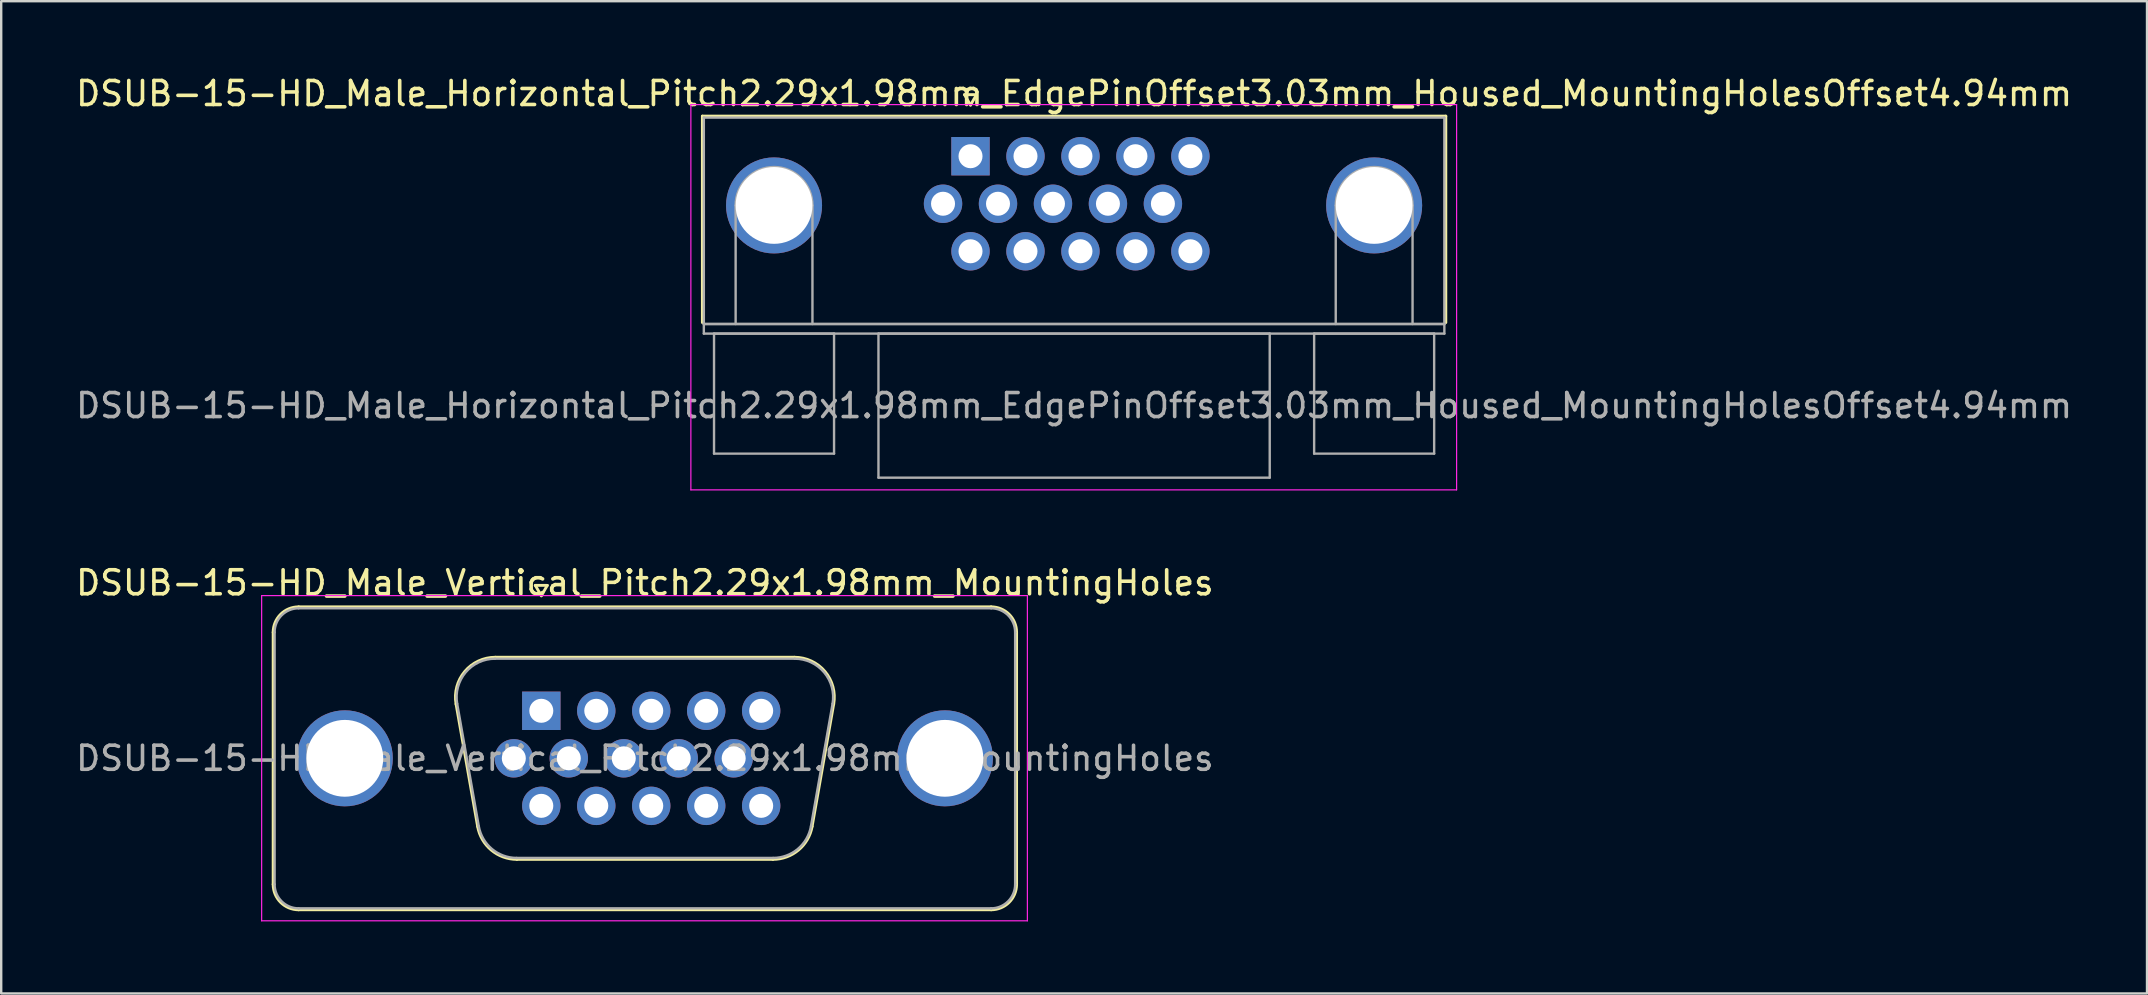
<source format=kicad_pcb>
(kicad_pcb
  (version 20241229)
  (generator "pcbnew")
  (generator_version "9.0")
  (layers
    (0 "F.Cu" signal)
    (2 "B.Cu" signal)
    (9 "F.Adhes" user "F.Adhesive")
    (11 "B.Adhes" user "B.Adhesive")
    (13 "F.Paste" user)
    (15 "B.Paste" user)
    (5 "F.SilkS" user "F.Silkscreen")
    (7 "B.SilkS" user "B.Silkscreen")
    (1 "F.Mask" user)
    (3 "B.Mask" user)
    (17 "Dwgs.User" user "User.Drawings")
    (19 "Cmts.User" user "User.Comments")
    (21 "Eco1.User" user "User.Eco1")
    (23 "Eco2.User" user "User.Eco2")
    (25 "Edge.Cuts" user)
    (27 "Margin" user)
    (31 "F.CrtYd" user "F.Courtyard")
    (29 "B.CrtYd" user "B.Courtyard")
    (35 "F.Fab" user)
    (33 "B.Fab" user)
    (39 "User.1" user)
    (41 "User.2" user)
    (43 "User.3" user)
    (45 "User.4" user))
  (footprint "DSUB-15-HD_Male_Horizontal_Pitch2.29x1.98mm_EdgePinOffset3.03mm_Housed_MountingHolesOffset4.94mm"
    (layer "F.Cu")
    (at 37.381 3.458)
    (property "Reference" "DSUB-15-HD_Male_Horizontal_Pitch2.29x1.98mm_EdgePinOffset3.03mm_Housed_MountingHolesOffset4.94mm" (at 4.315 -2.61 0) (layer "F.SilkS") (effects (font (size 1 1) (thickness 0.15))))
    (attr through_hole)
    (fp_line (start -11.17 -1.67) (end 19.8 -1.67) (stroke (width 0.12) (type solid)) (layer "F.SilkS"))
    (fp_line (start -11.17 6.93) (end -11.17 -1.67) (stroke (width 0.12) (type solid)) (layer "F.SilkS"))
    (fp_line (start -0.25 -2.564) (end 0.25 -2.564) (stroke (width 0.12) (type solid)) (layer "F.SilkS"))
    (fp_line (start 0 -2.131) (end -0.25 -2.564) (stroke (width 0.12) (type solid)) (layer "F.SilkS"))
    (fp_line (start 0.25 -2.564) (end 0 -2.131) (stroke (width 0.12) (type solid)) (layer "F.SilkS"))
    (fp_line (start 19.8 -1.67) (end 19.8 6.93) (stroke (width 0.12) (type solid)) (layer "F.SilkS"))
    (fp_line (start -11.65 -2.15) (end -11.65 13.9) (stroke (width 0.05) (type solid)) (layer "F.CrtYd"))
    (fp_line (start -11.65 13.9) (end 20.25 13.9) (stroke (width 0.05) (type solid)) (layer "F.CrtYd"))
    (fp_line (start 20.25 -2.15) (end -11.65 -2.15) (stroke (width 0.05) (type solid)) (layer "F.CrtYd"))
    (fp_line (start 20.25 13.9) (end 20.25 -2.15) (stroke (width 0.05) (type solid)) (layer "F.CrtYd"))
    (fp_line (start -11.11 -1.61) (end -11.11 6.99) (stroke (width 0.1) (type solid)) (layer "F.Fab"))
    (fp_line (start -11.11 6.99) (end -11.11 7.39) (stroke (width 0.1) (type solid)) (layer "F.Fab"))
    (fp_line (start -11.11 6.99) (end 19.74 6.99) (stroke (width 0.1) (type solid)) (layer "F.Fab"))
    (fp_line (start -11.11 7.39) (end 19.74 7.39) (stroke (width 0.1) (type solid)) (layer "F.Fab"))
    (fp_line (start -10.685 7.39) (end -10.685 12.39) (stroke (width 0.1) (type solid)) (layer "F.Fab"))
    (fp_line (start -10.685 12.39) (end -5.685 12.39) (stroke (width 0.1) (type solid)) (layer "F.Fab"))
    (fp_line (start -9.785 6.99) (end -9.785 2.05) (stroke (width 0.1) (type solid)) (layer "F.Fab"))
    (fp_line (start -6.585 6.99) (end -6.585 2.05) (stroke (width 0.1) (type solid)) (layer "F.Fab"))
    (fp_line (start -5.685 7.39) (end -10.685 7.39) (stroke (width 0.1) (type solid)) (layer "F.Fab"))
    (fp_line (start -5.685 12.39) (end -5.685 7.39) (stroke (width 0.1) (type solid)) (layer "F.Fab"))
    (fp_line (start -3.835 7.39) (end -3.835 13.39) (stroke (width 0.1) (type solid)) (layer "F.Fab"))
    (fp_line (start -3.835 13.39) (end 12.465 13.39) (stroke (width 0.1) (type solid)) (layer "F.Fab"))
    (fp_line (start 12.465 7.39) (end -3.835 7.39) (stroke (width 0.1) (type solid)) (layer "F.Fab"))
    (fp_line (start 12.465 13.39) (end 12.465 7.39) (stroke (width 0.1) (type solid)) (layer "F.Fab"))
    (fp_line (start 14.315 7.39) (end 14.315 12.39) (stroke (width 0.1) (type solid)) (layer "F.Fab"))
    (fp_line (start 14.315 12.39) (end 19.315 12.39) (stroke (width 0.1) (type solid)) (layer "F.Fab"))
    (fp_line (start 15.215 6.99) (end 15.215 2.05) (stroke (width 0.1) (type solid)) (layer "F.Fab"))
    (fp_line (start 18.415 6.99) (end 18.415 2.05) (stroke (width 0.1) (type solid)) (layer "F.Fab"))
    (fp_line (start 19.315 7.39) (end 14.315 7.39) (stroke (width 0.1) (type solid)) (layer "F.Fab"))
    (fp_line (start 19.315 12.39) (end 19.315 7.39) (stroke (width 0.1) (type solid)) (layer "F.Fab"))
    (fp_line (start 19.74 -1.61) (end -11.11 -1.61) (stroke (width 0.1) (type solid)) (layer "F.Fab"))
    (fp_line (start 19.74 6.99) (end -11.11 6.99) (stroke (width 0.1) (type solid)) (layer "F.Fab"))
    (fp_line (start 19.74 6.99) (end 19.74 -1.61) (stroke (width 0.1) (type solid)) (layer "F.Fab"))
    (fp_line (start 19.74 7.39) (end 19.74 6.99) (stroke (width 0.1) (type solid)) (layer "F.Fab"))
    (fp_arc (start -9.785 2.05) (mid -8.185 0.45) (end -6.585 2.05) (stroke (width 0.1) (type solid)) (layer "F.Fab"))
    (fp_arc (start 15.215 2.05) (mid 16.815 0.45) (end 18.415 2.05) (stroke (width 0.1) (type solid)) (layer "F.Fab"))
    (fp_text user "${REFERENCE}" (at 4.315 10.39 0) (layer "F.Fab") (effects (font (size 1 1) (thickness 0.15))))
    (pad "0" thru_hole circle (at -8.185 2.05) (size 4 4) (drill 3.2) (layers "*.Cu" "*.Mask"))
    (pad "0" thru_hole circle (at 16.815 2.05) (size 4 4) (drill 3.2) (layers "*.Cu" "*.Mask"))
    (pad "1" thru_hole rect (at 0 0) (size 1.6 1.6) (drill 1) (layers "*.Cu" "*.Mask"))
    (pad "2" thru_hole circle (at 2.29 0) (size 1.6 1.6) (drill 1) (layers "*.Cu" "*.Mask"))
    (pad "3" thru_hole circle (at 4.58 0) (size 1.6 1.6) (drill 1) (layers "*.Cu" "*.Mask"))
    (pad "4" thru_hole circle (at 6.87 0) (size 1.6 1.6) (drill 1) (layers "*.Cu" "*.Mask"))
    (pad "5" thru_hole circle (at 9.16 0) (size 1.6 1.6) (drill 1) (layers "*.Cu" "*.Mask"))
    (pad "6" thru_hole circle (at -1.145 1.98) (size 1.6 1.6) (drill 1) (layers "*.Cu" "*.Mask"))
    (pad "7" thru_hole circle (at 1.145 1.98) (size 1.6 1.6) (drill 1) (layers "*.Cu" "*.Mask"))
    (pad "8" thru_hole circle (at 3.435 1.98) (size 1.6 1.6) (drill 1) (layers "*.Cu" "*.Mask"))
    (pad "9" thru_hole circle (at 5.725 1.98) (size 1.6 1.6) (drill 1) (layers "*.Cu" "*.Mask"))
    (pad "10" thru_hole circle (at 8.015 1.98) (size 1.6 1.6) (drill 1) (layers "*.Cu" "*.Mask"))
    (pad "11" thru_hole circle (at 0 3.96) (size 1.6 1.6) (drill 1) (layers "*.Cu" "*.Mask"))
    (pad "12" thru_hole circle (at 2.29 3.96) (size 1.6 1.6) (drill 1) (layers "*.Cu" "*.Mask"))
    (pad "13" thru_hole circle (at 4.58 3.96) (size 1.6 1.6) (drill 1) (layers "*.Cu" "*.Mask"))
    (pad "14" thru_hole circle (at 6.87 3.96) (size 1.6 1.6) (drill 1) (layers "*.Cu" "*.Mask"))
    (pad "15" thru_hole circle (at 9.16 3.96) (size 1.6 1.6) (drill 1) (layers "*.Cu" "*.Mask")))
  (footprint "DSUB-15-HD_Male_Vertical_Pitch2.29x1.98mm_MountingHoles"
    (layer "F.Cu")
    (at 19.5 26.561)
    (property "Reference" "DSUB-15-HD_Male_Vertical_Pitch2.29x1.98mm_MountingHoles" (at 4.315 -5.33 0) (layer "F.SilkS") (effects (font (size 1 1) (thickness 0.15))))
    (attr through_hole)
    (fp_line (start -11.17 7.23) (end -11.17 -3.27) (stroke (width 0.12) (type solid)) (layer "F.SilkS"))
    (fp_line (start -10.11 -4.33) (end 18.74 -4.33) (stroke (width 0.12) (type solid)) (layer "F.SilkS"))
    (fp_line (start -3.551 -0.282) (end -2.652 4.818) (stroke (width 0.12) (type solid)) (layer "F.SilkS"))
    (fp_line (start -1.917 -2.23) (end 10.547 -2.23) (stroke (width 0.12) (type solid)) (layer "F.SilkS"))
    (fp_line (start -1.017 6.19) (end 9.647 6.19) (stroke (width 0.12) (type solid)) (layer "F.SilkS"))
    (fp_line (start -0.25 -5.224) (end 0.25 -5.224) (stroke (width 0.12) (type solid)) (layer "F.SilkS"))
    (fp_line (start 0 -4.791) (end -0.25 -5.224) (stroke (width 0.12) (type solid)) (layer "F.SilkS"))
    (fp_line (start 0.25 -5.224) (end 0 -4.791) (stroke (width 0.12) (type solid)) (layer "F.SilkS"))
    (fp_line (start 12.181 -0.282) (end 11.282 4.818) (stroke (width 0.12) (type solid)) (layer "F.SilkS"))
    (fp_line (start 18.74 8.29) (end -10.11 8.29) (stroke (width 0.12) (type solid)) (layer "F.SilkS"))
    (fp_line (start 19.8 -3.27) (end 19.8 7.23) (stroke (width 0.12) (type solid)) (layer "F.SilkS"))
    (fp_arc (start -11.17 -3.27) (mid -10.859533 -4.019533) (end -10.11 -4.33) (stroke (width 0.12) (type solid)) (layer "F.SilkS"))
    (fp_arc (start -10.11 8.29) (mid -10.859533 7.979533) (end -11.17 7.23) (stroke (width 0.12) (type solid)) (layer "F.SilkS"))
    (fp_arc (start -3.55147 -0.281744) (mid -3.188323 -1.637028) (end -1.916689 -2.23) (stroke (width 0.12) (type solid)) (layer "F.SilkS"))
    (fp_arc (start -1.017421 6.19) (mid -2.084448 5.801634) (end -2.652202 4.818256) (stroke (width 0.12) (type solid)) (layer "F.SilkS"))
    (fp_arc (start 10.546689 -2.23) (mid 11.818323 -1.637027) (end 12.18147 -0.281744) (stroke (width 0.12) (type solid)) (layer "F.SilkS"))
    (fp_arc (start 11.282202 4.818256) (mid 10.714449 5.801634) (end 9.647421 6.19) (stroke (width 0.12) (type solid)) (layer "F.SilkS"))
    (fp_arc (start 18.74 -4.33) (mid 19.489533 -4.019533) (end 19.8 -3.27) (stroke (width 0.12) (type solid)) (layer "F.SilkS"))
    (fp_arc (start 19.8 7.23) (mid 19.489533 7.979533) (end 18.74 8.29) (stroke (width 0.12) (type solid)) (layer "F.SilkS"))
    (fp_line (start -11.65 -4.8) (end -11.65 8.75) (stroke (width 0.05) (type solid)) (layer "F.CrtYd"))
    (fp_line (start -11.65 8.75) (end 20.25 8.75) (stroke (width 0.05) (type solid)) (layer "F.CrtYd"))
    (fp_line (start 20.25 -4.8) (end -11.65 -4.8) (stroke (width 0.05) (type solid)) (layer "F.CrtYd"))
    (fp_line (start 20.25 8.75) (end 20.25 -4.8) (stroke (width 0.05) (type solid)) (layer "F.CrtYd"))
    (fp_line (start -11.11 7.23) (end -11.11 -3.27) (stroke (width 0.1) (type solid)) (layer "F.Fab"))
    (fp_line (start -10.11 -4.27) (end 18.74 -4.27) (stroke (width 0.1) (type solid)) (layer "F.Fab"))
    (fp_line (start -3.504 -0.292) (end -2.605 4.808) (stroke (width 0.1) (type solid)) (layer "F.Fab"))
    (fp_line (start -1.928 -2.17) (end 10.558 -2.17) (stroke (width 0.1) (type solid)) (layer "F.Fab"))
    (fp_line (start -1.029 6.13) (end 9.659 6.13) (stroke (width 0.1) (type solid)) (layer "F.Fab"))
    (fp_line (start 12.134 -0.292) (end 11.235 4.808) (stroke (width 0.1) (type solid)) (layer "F.Fab"))
    (fp_line (start 18.74 8.23) (end -10.11 8.23) (stroke (width 0.1) (type solid)) (layer "F.Fab"))
    (fp_line (start 19.74 -3.27) (end 19.74 7.23) (stroke (width 0.1) (type solid)) (layer "F.Fab"))
    (fp_arc (start -11.11 -3.27) (mid -10.817107 -3.977107) (end -10.11 -4.27) (stroke (width 0.1) (type solid)) (layer "F.Fab"))
    (fp_arc (start -10.11 8.23) (mid -10.817107 7.937107) (end -11.11 7.23) (stroke (width 0.1) (type solid)) (layer "F.Fab"))
    (fp_arc (start -3.503886 -0.292163) (mid -3.153865 -1.59846) (end -1.928194 -2.17) (stroke (width 0.1) (type solid)) (layer "F.Fab"))
    (fp_arc (start -1.028927 6.13) (mid -2.057387 5.755671) (end -2.604619 4.807837) (stroke (width 0.1) (type solid)) (layer "F.Fab"))
    (fp_arc (start 10.558194 -2.17) (mid 11.783865 -1.59846) (end 12.133886 -0.292163) (stroke (width 0.1) (type solid)) (layer "F.Fab"))
    (fp_arc (start 11.234619 4.807837) (mid 10.687387 5.755671) (end 9.658927 6.13) (stroke (width 0.1) (type solid)) (layer "F.Fab"))
    (fp_arc (start 18.74 -4.27) (mid 19.447107 -3.977107) (end 19.74 -3.27) (stroke (width 0.1) (type solid)) (layer "F.Fab"))
    (fp_arc (start 19.74 7.23) (mid 19.447107 7.937107) (end 18.74 8.23) (stroke (width 0.1) (type solid)) (layer "F.Fab"))
    (fp_text user "${REFERENCE}" (at 4.315 1.98 0) (layer "F.Fab") (effects (font (size 1 1) (thickness 0.15))))
    (pad "0" thru_hole circle (at -8.185 1.98) (size 4 4) (drill 3.2) (layers "*.Cu" "*.Mask"))
    (pad "0" thru_hole circle (at 16.815 1.98) (size 4 4) (drill 3.2) (layers "*.Cu" "*.Mask"))
    (pad "1" thru_hole rect (at 0 0) (size 1.6 1.6) (drill 1) (layers "*.Cu" "*.Mask"))
    (pad "2" thru_hole circle (at 2.29 0) (size 1.6 1.6) (drill 1) (layers "*.Cu" "*.Mask"))
    (pad "3" thru_hole circle (at 4.58 0) (size 1.6 1.6) (drill 1) (layers "*.Cu" "*.Mask"))
    (pad "4" thru_hole circle (at 6.87 0) (size 1.6 1.6) (drill 1) (layers "*.Cu" "*.Mask"))
    (pad "5" thru_hole circle (at 9.16 0) (size 1.6 1.6) (drill 1) (layers "*.Cu" "*.Mask"))
    (pad "6" thru_hole circle (at -1.145 1.98) (size 1.6 1.6) (drill 1) (layers "*.Cu" "*.Mask"))
    (pad "7" thru_hole circle (at 1.145 1.98) (size 1.6 1.6) (drill 1) (layers "*.Cu" "*.Mask"))
    (pad "8" thru_hole circle (at 3.435 1.98) (size 1.6 1.6) (drill 1) (layers "*.Cu" "*.Mask"))
    (pad "9" thru_hole circle (at 5.725 1.98) (size 1.6 1.6) (drill 1) (layers "*.Cu" "*.Mask"))
    (pad "10" thru_hole circle (at 8.015 1.98) (size 1.6 1.6) (drill 1) (layers "*.Cu" "*.Mask"))
    (pad "11" thru_hole circle (at 0 3.96) (size 1.6 1.6) (drill 1) (layers "*.Cu" "*.Mask"))
    (pad "12" thru_hole circle (at 2.29 3.96) (size 1.6 1.6) (drill 1) (layers "*.Cu" "*.Mask"))
    (pad "13" thru_hole circle (at 4.58 3.96) (size 1.6 1.6) (drill 1) (layers "*.Cu" "*.Mask"))
    (pad "14" thru_hole circle (at 6.87 3.96) (size 1.6 1.6) (drill 1) (layers "*.Cu" "*.Mask"))
    (pad "15" thru_hole circle (at 9.16 3.96) (size 1.6 1.6) (drill 1) (layers "*.Cu" "*.Mask")))
  (gr_rect
    (start -3 -3)
    (end 86.393 38.337)
    (stroke (width 0.1) (type default))
    (fill no)
    (layer "Edge.Cuts")))
</source>
